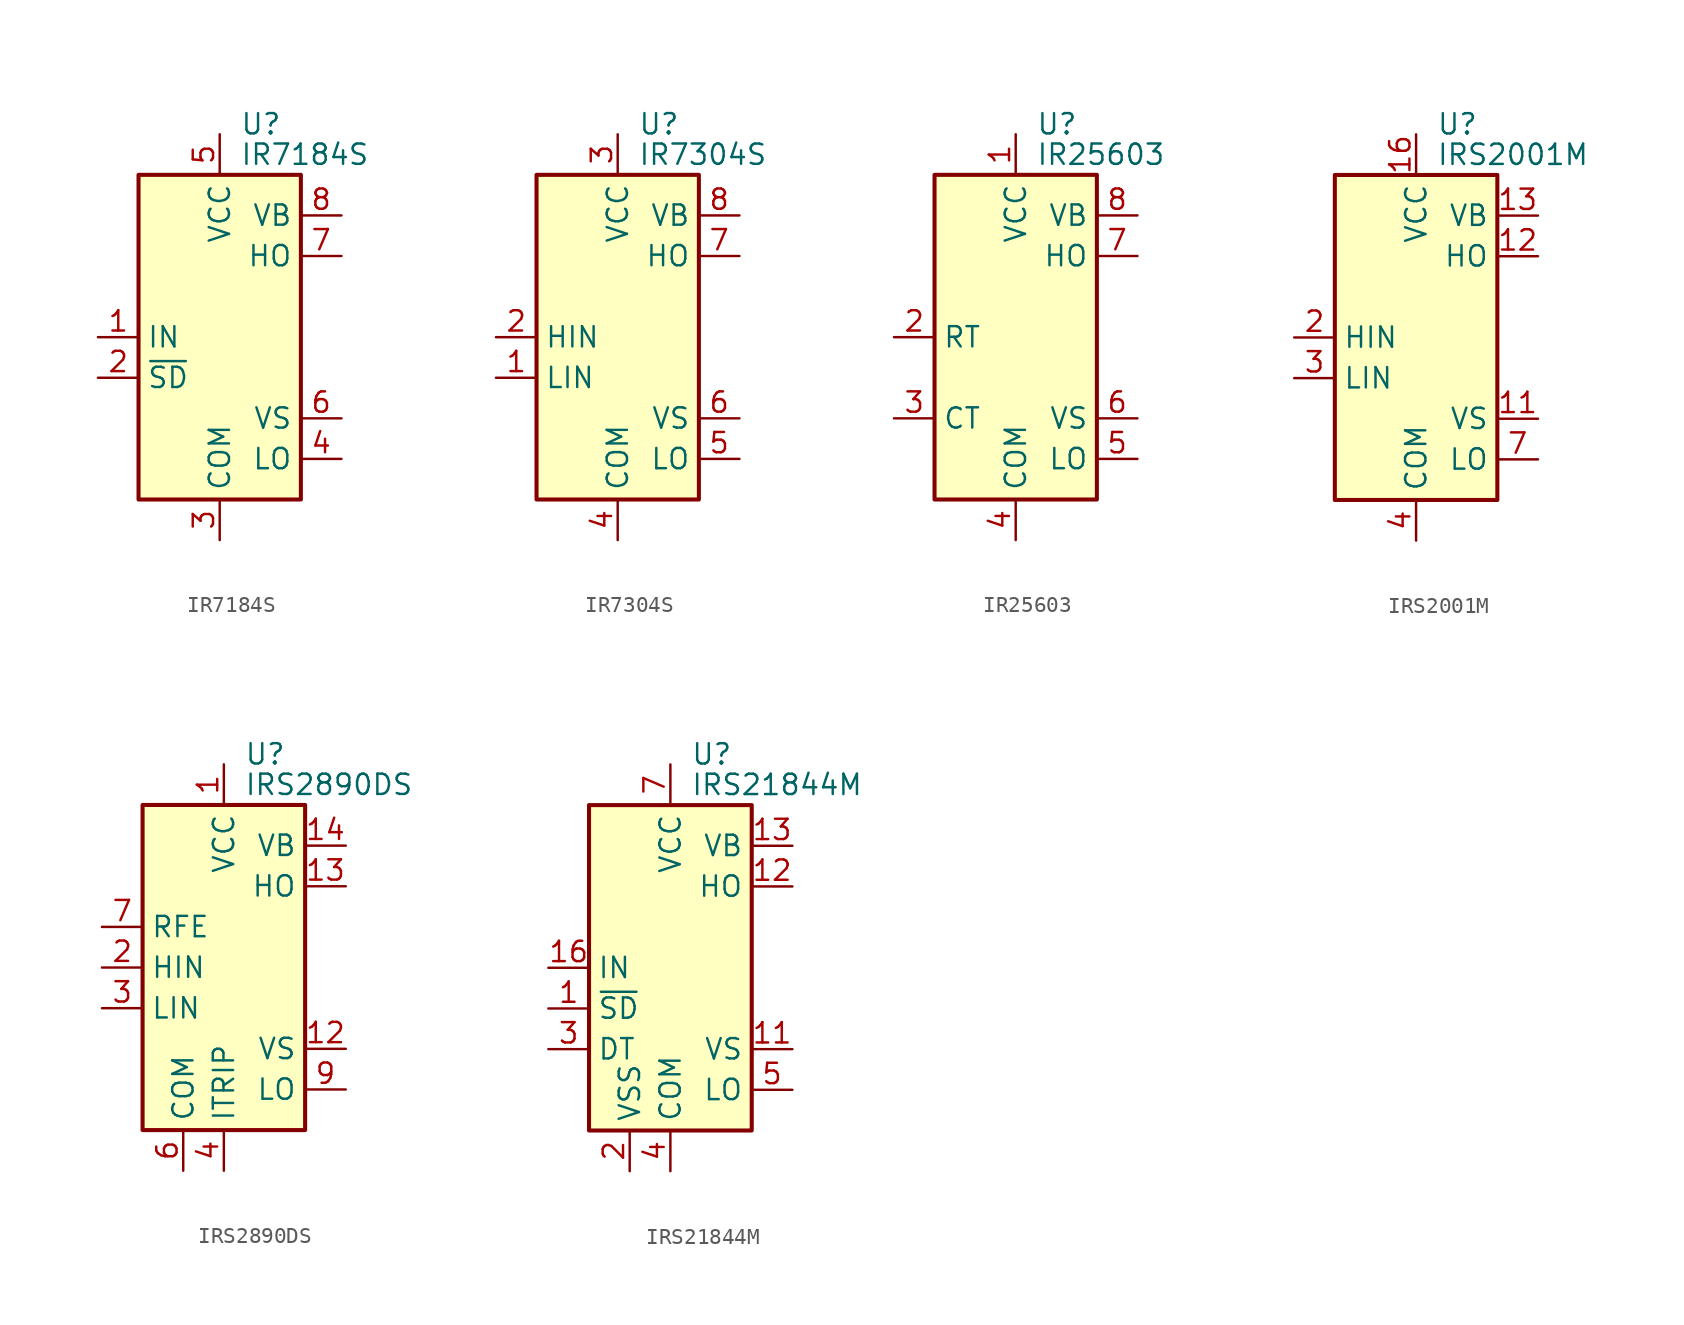
<source format=kicad_sym>
(kicad_symbol_lib
  (version 20241209)
  (generator "kicad_symbol_editor")
  (generator_version "9.0")
  (symbol "IR7184S"
    (property "Reference" "U"
      (at 1.27 13.335 0)
      (effects (font (size 1.27 1.27)) (justify left)))
    (property "Value" "IR7184S"
      (at 1.27 11.43 0)
      (effects (font (size 1.27 1.27)) (justify left)))
    (symbol "IR7184S_0_1"
      (rectangle (start -5.08 -10.16) (end 5.08 10.16) (stroke (width 0.254) (type default)) (fill (type background))))
    (symbol "IR7184S_1_1"
      (pin input line (at -7.62 0 0) (length 2.54) (name "IN" (effects (font (size 1.27 1.27)))) (number "1" (effects (font (size 1.27 1.27)))))
      (pin input line (at -7.62 -2.54 0) (length 2.54) (name "~{SD}" (effects (font (size 1.27 1.27)))) (number "2" (effects (font (size 1.27 1.27)))))
      (pin power_in line (at 0 12.7 270) (length 2.54) (name "VCC" (effects (font (size 1.27 1.27)))) (number "5" (effects (font (size 1.27 1.27)))))
      (pin power_in line (at 0 -12.7 90) (length 2.54) (name "COM" (effects (font (size 1.27 1.27)))) (number "3" (effects (font (size 1.27 1.27)))))
      (pin passive line (at 7.62 7.62 180) (length 2.54) (name "VB" (effects (font (size 1.27 1.27)))) (number "8" (effects (font (size 1.27 1.27)))))
      (pin output line (at 7.62 5.08 180) (length 2.54) (name "HO" (effects (font (size 1.27 1.27)))) (number "7" (effects (font (size 1.27 1.27)))))
      (pin passive line (at 7.62 -5.08 180) (length 2.54) (name "VS" (effects (font (size 1.27 1.27)))) (number "6" (effects (font (size 1.27 1.27)))))
      (pin output line (at 7.62 -7.62 180) (length 2.54) (name "LO" (effects (font (size 1.27 1.27)))) (number "4" (effects (font (size 1.27 1.27)))))))
  (symbol "IR7304S"
    (property "Reference" "U"
      (at 1.27 13.335 0)
      (effects (font (size 1.27 1.27)) (justify left)))
    (property "Value" "IR7304S"
      (at 1.27 11.43 0)
      (effects (font (size 1.27 1.27)) (justify left)))
    (symbol "IR7304S_0_1"
      (rectangle (start -5.08 -10.16) (end 5.08 10.16) (stroke (width 0.254) (type default)) (fill (type background))))
    (symbol "IR7304S_1_1"
      (pin input line (at -7.62 0 0) (length 2.54) (name "HIN" (effects (font (size 1.27 1.27)))) (number "2" (effects (font (size 1.27 1.27)))))
      (pin input line (at -7.62 -2.54 0) (length 2.54) (name "LIN" (effects (font (size 1.27 1.27)))) (number "1" (effects (font (size 1.27 1.27)))))
      (pin power_in line (at 0 12.7 270) (length 2.54) (name "VCC" (effects (font (size 1.27 1.27)))) (number "3" (effects (font (size 1.27 1.27)))))
      (pin power_in line (at 0 -12.7 90) (length 2.54) (name "COM" (effects (font (size 1.27 1.27)))) (number "4" (effects (font (size 1.27 1.27)))))
      (pin passive line (at 7.62 7.62 180) (length 2.54) (name "VB" (effects (font (size 1.27 1.27)))) (number "8" (effects (font (size 1.27 1.27)))))
      (pin output line (at 7.62 5.08 180) (length 2.54) (name "HO" (effects (font (size 1.27 1.27)))) (number "7" (effects (font (size 1.27 1.27)))))
      (pin passive line (at 7.62 -5.08 180) (length 2.54) (name "VS" (effects (font (size 1.27 1.27)))) (number "6" (effects (font (size 1.27 1.27)))))
      (pin output line (at 7.62 -7.62 180) (length 2.54) (name "LO" (effects (font (size 1.27 1.27)))) (number "5" (effects (font (size 1.27 1.27)))))))
  (symbol "IR25603"
    (property "Reference" "U"
      (at 1.27 13.335 0)
      (effects (font (size 1.27 1.27)) (justify left)))
    (property "Value" "IR25603"
      (at 1.27 11.43 0)
      (effects (font (size 1.27 1.27)) (justify left)))
    (symbol "IR25603_0_1"
      (rectangle (start -5.08 -10.16) (end 5.08 10.16) (stroke (width 0.254) (type default)) (fill (type background))))
    (symbol "IR25603_1_1"
      (pin passive line (at -7.62 0 0) (length 2.54) (name "RT" (effects (font (size 1.27 1.27)))) (number "2" (effects (font (size 1.27 1.27)))))
      (pin passive line (at -7.62 -5.08 0) (length 2.54) (name "CT" (effects (font (size 1.27 1.27)))) (number "3" (effects (font (size 1.27 1.27)))))
      (pin power_in line (at 0 12.7 270) (length 2.54) (name "VCC" (effects (font (size 1.27 1.27)))) (number "1" (effects (font (size 1.27 1.27)))))
      (pin power_in line (at 0 -12.7 90) (length 2.54) (name "COM" (effects (font (size 1.27 1.27)))) (number "4" (effects (font (size 1.27 1.27)))))
      (pin passive line (at 7.62 7.62 180) (length 2.54) (name "VB" (effects (font (size 1.27 1.27)))) (number "8" (effects (font (size 1.27 1.27)))))
      (pin output line (at 7.62 5.08 180) (length 2.54) (name "HO" (effects (font (size 1.27 1.27)))) (number "7" (effects (font (size 1.27 1.27)))))
      (pin passive line (at 7.62 -5.08 180) (length 2.54) (name "VS" (effects (font (size 1.27 1.27)))) (number "6" (effects (font (size 1.27 1.27)))))
      (pin output line (at 7.62 -7.62 180) (length 2.54) (name "LO" (effects (font (size 1.27 1.27)))) (number "5" (effects (font (size 1.27 1.27)))))))
  (symbol "IRS2001M"
    (property "Reference" "U"
      (at 1.27 13.335 0)
      (effects (font (size 1.27 1.27)) (justify left)))
    (property "Value" "IRS2001M"
      (at 1.27 11.43 0)
      (effects (font (size 1.27 1.27)) (justify left)))
    (symbol "IRS2001M_0_1"
      (rectangle (start -5.08 -10.16) (end 5.08 10.16) (stroke (width 0.254) (type default)) (fill (type background))))
    (symbol "IRS2001M_1_1"
      (pin input line (at -7.62 0 0) (length 2.54) (name "HIN" (effects (font (size 1.27 1.27)))) (number "2" (effects (font (size 1.27 1.27)))))
      (pin input line (at -7.62 -2.54 0) (length 2.54) (name "LIN" (effects (font (size 1.27 1.27)))) (number "3" (effects (font (size 1.27 1.27)))))
      (pin no_connect line (at -5.08 7.62 0) (length 2.54) (hide yes) (name "NC" (effects (font (size 1.27 1.27)))) (number "1" (effects (font (size 1.27 1.27)))))
      (pin no_connect line (at -5.08 5.08 0) (length 2.54) (hide yes) (name "NC" (effects (font (size 1.27 1.27)))) (number "5" (effects (font (size 1.27 1.27)))))
      (pin no_connect line (at -5.08 2.54 0) (length 2.54) (hide yes) (name "NC" (effects (font (size 1.27 1.27)))) (number "6" (effects (font (size 1.27 1.27)))))
      (pin power_in line (at 0 12.7 270) (length 2.54) (name "VCC" (effects (font (size 1.27 1.27)))) (number "16" (effects (font (size 1.27 1.27)))))
      (pin passive line (at 0 -12.7 90) (length 2.54) (hide yes) (name "COM" (effects (font (size 1.27 1.27)))) (number "17" (effects (font (size 1.27 1.27)))))
      (pin power_in line (at 0 -12.7 90) (length 2.54) (name "COM" (effects (font (size 1.27 1.27)))) (number "4" (effects (font (size 1.27 1.27)))))
      (pin no_connect line (at 5.08 2.54 180) (length 2.54) (hide yes) (name "NC" (effects (font (size 1.27 1.27)))) (number "8" (effects (font (size 1.27 1.27)))))
      (pin no_connect line (at 5.08 0 180) (length 2.54) (hide yes) (name "NC" (effects (font (size 1.27 1.27)))) (number "9" (effects (font (size 1.27 1.27)))))
      (pin no_connect line (at 5.08 -2.54 180) (length 2.54) (hide yes) (name "NC" (effects (font (size 1.27 1.27)))) (number "14" (effects (font (size 1.27 1.27)))))
      (pin passive line (at 7.62 7.62 180) (length 2.54) (name "VB" (effects (font (size 1.27 1.27)))) (number "13" (effects (font (size 1.27 1.27)))))
      (pin output line (at 7.62 5.08 180) (length 2.54) (name "HO" (effects (font (size 1.27 1.27)))) (number "12" (effects (font (size 1.27 1.27)))))
      (pin passive line (at 7.62 -5.08 180) (length 2.54) (name "VS" (effects (font (size 1.27 1.27)))) (number "11" (effects (font (size 1.27 1.27)))))
      (pin output line (at 7.62 -7.62 180) (length 2.54) (name "LO" (effects (font (size 1.27 1.27)))) (number "7" (effects (font (size 1.27 1.27)))))))
  (symbol "IRS2890DS"
    (property "Reference" "U"
      (at 1.27 13.335 0)
      (effects (font (size 1.27 1.27)) (justify left)))
    (property "Value" "IRS2890DS"
      (at 1.27 11.43 0)
      (effects (font (size 1.27 1.27)) (justify left)))
    (symbol "IRS2890DS_0_1"
      (rectangle (start -5.08 -10.16) (end 5.08 10.16) (stroke (width 0.254) (type default)) (fill (type background))))
    (symbol "IRS2890DS_1_1"
      (pin open_collector line (at -7.62 2.54 0) (length 2.54) (name "RFE" (effects (font (size 1.27 1.27)))) (number "7" (effects (font (size 1.27 1.27)))))
      (pin input line (at -7.62 0 0) (length 2.54) (name "HIN" (effects (font (size 1.27 1.27)))) (number "2" (effects (font (size 1.27 1.27)))))
      (pin input line (at -7.62 -2.54 0) (length 2.54) (name "LIN" (effects (font (size 1.27 1.27)))) (number "3" (effects (font (size 1.27 1.27)))))
      (pin no_connect line (at -5.08 7.62 0) (length 2.54) (hide yes) (name "NC" (effects (font (size 1.27 1.27)))) (number "5" (effects (font (size 1.27 1.27)))))
      (pin no_connect line (at -5.08 5.08 0) (length 2.54) (hide yes) (name "NC" (effects (font (size 1.27 1.27)))) (number "8" (effects (font (size 1.27 1.27)))))
      (pin power_in line (at -2.54 -12.7 90) (length 2.54) (name "COM" (effects (font (size 1.27 1.27)))) (number "6" (effects (font (size 1.27 1.27)))))
      (pin power_in line (at 0 12.7 270) (length 2.54) (name "VCC" (effects (font (size 1.27 1.27)))) (number "1" (effects (font (size 1.27 1.27)))))
      (pin passive line (at 0 -12.7 90) (length 2.54) (name "ITRIP" (effects (font (size 1.27 1.27)))) (number "4" (effects (font (size 1.27 1.27)))))
      (pin no_connect line (at 5.08 2.54 180) (length 2.54) (hide yes) (name "NC" (effects (font (size 1.27 1.27)))) (number "10" (effects (font (size 1.27 1.27)))))
      (pin no_connect line (at 5.08 0 180) (length 2.54) (hide yes) (name "NC" (effects (font (size 1.27 1.27)))) (number "11" (effects (font (size 1.27 1.27)))))
      (pin passive line (at 7.62 7.62 180) (length 2.54) (name "VB" (effects (font (size 1.27 1.27)))) (number "14" (effects (font (size 1.27 1.27)))))
      (pin output line (at 7.62 5.08 180) (length 2.54) (name "HO" (effects (font (size 1.27 1.27)))) (number "13" (effects (font (size 1.27 1.27)))))
      (pin passive line (at 7.62 -5.08 180) (length 2.54) (name "VS" (effects (font (size 1.27 1.27)))) (number "12" (effects (font (size 1.27 1.27)))))
      (pin output line (at 7.62 -7.62 180) (length 2.54) (name "LO" (effects (font (size 1.27 1.27)))) (number "9" (effects (font (size 1.27 1.27)))))))
  (symbol "IRS21844M"
    (property "Reference" "U"
      (at 1.27 13.335 0)
      (effects (font (size 1.27 1.27)) (justify left)))
    (property "Value" "IRS21844M"
      (at 1.27 11.43 0)
      (effects (font (size 1.27 1.27)) (justify left)))
    (symbol "IRS21844M_0_1"
      (rectangle (start -5.08 -10.16) (end 5.08 10.16) (stroke (width 0.254) (type default)) (fill (type background))))
    (symbol "IRS21844M_1_1"
      (pin input line (at -7.62 0 0) (length 2.54) (name "IN" (effects (font (size 1.27 1.27)))) (number "16" (effects (font (size 1.27 1.27)))))
      (pin input line (at -7.62 -2.54 0) (length 2.54) (name "~{SD}" (effects (font (size 1.27 1.27)))) (number "1" (effects (font (size 1.27 1.27)))))
      (pin input line (at -7.62 -5.08 0) (length 2.54) (name "DT" (effects (font (size 1.27 1.27)))) (number "3" (effects (font (size 1.27 1.27)))))
      (pin no_connect line (at -5.08 7.62 0) (length 2.54) (hide yes) (name "NC" (effects (font (size 1.27 1.27)))) (number "6" (effects (font (size 1.27 1.27)))))
      (pin no_connect line (at -5.08 5.08 0) (length 2.54) (hide yes) (name "NC" (effects (font (size 1.27 1.27)))) (number "8" (effects (font (size 1.27 1.27)))))
      (pin no_connect line (at -5.08 2.54 0) (length 2.54) (hide yes) (name "NC" (effects (font (size 1.27 1.27)))) (number "9" (effects (font (size 1.27 1.27)))))
      (pin power_in line (at -2.54 -12.7 90) (length 2.54) (name "VSS" (effects (font (size 1.27 1.27)))) (number "2" (effects (font (size 1.27 1.27)))))
      (pin power_in line (at 0 12.7 270) (length 2.54) (name "VCC" (effects (font (size 1.27 1.27)))) (number "7" (effects (font (size 1.27 1.27)))))
      (pin passive line (at 0 -12.7 90) (length 2.54) (hide yes) (name "COM" (effects (font (size 1.27 1.27)))) (number "17" (effects (font (size 1.27 1.27)))))
      (pin power_in line (at 0 -12.7 90) (length 2.54) (name "COM" (effects (font (size 1.27 1.27)))) (number "4" (effects (font (size 1.27 1.27)))))
      (pin no_connect line (at 5.08 2.54 180) (length 2.54) (hide yes) (name "NC" (effects (font (size 1.27 1.27)))) (number "14" (effects (font (size 1.27 1.27)))))
      (pin passive line (at 7.62 7.62 180) (length 2.54) (name "VB" (effects (font (size 1.27 1.27)))) (number "13" (effects (font (size 1.27 1.27)))))
      (pin output line (at 7.62 5.08 180) (length 2.54) (name "HO" (effects (font (size 1.27 1.27)))) (number "12" (effects (font (size 1.27 1.27)))))
      (pin passive line (at 7.62 -5.08 180) (length 2.54) (name "VS" (effects (font (size 1.27 1.27)))) (number "11" (effects (font (size 1.27 1.27)))))
      (pin output line (at 7.62 -7.62 180) (length 2.54) (name "LO" (effects (font (size 1.27 1.27)))) (number "5" (effects (font (size 1.27 1.27))))))))
</source>
